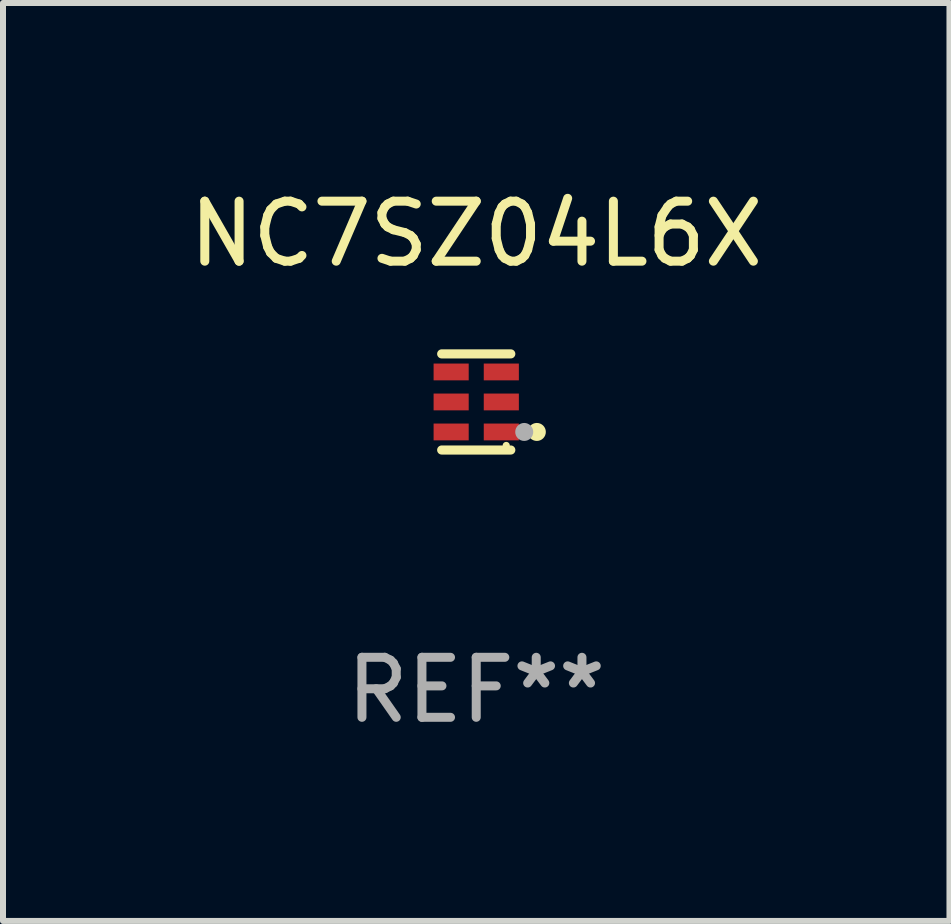
<source format=kicad_pcb>
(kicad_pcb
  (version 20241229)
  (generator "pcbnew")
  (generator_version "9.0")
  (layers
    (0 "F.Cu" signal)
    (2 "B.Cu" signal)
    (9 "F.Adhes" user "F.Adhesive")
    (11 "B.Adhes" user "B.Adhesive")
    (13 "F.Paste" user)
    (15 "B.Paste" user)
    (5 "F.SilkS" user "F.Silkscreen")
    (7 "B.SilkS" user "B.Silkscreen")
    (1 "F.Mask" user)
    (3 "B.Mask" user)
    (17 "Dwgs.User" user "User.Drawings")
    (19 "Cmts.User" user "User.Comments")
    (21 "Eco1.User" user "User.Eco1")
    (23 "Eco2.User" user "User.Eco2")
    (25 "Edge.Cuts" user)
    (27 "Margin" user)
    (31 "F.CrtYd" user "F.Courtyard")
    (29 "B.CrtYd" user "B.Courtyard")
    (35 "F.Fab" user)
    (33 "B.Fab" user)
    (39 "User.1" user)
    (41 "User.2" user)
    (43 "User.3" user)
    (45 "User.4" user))
  (footprint "NC7SZ04L6X"
    (layer "F.Cu")
    (at 4.887 3.649)
    (property "Reference" "NC7SZ04L6X" (at 0 -2.801 0) (layer "F.SilkS") (effects (font (size 1 1) (thickness 0.15))))
    (attr through_hole)
    (fp_line (start 0.576 -0.801) (end -0.576 -0.801) (stroke (width 0.152) (type solid)) (layer "F.SilkS"))
    (fp_line (start 0.576 0.801) (end -0.576 0.801) (stroke (width 0.152) (type solid)) (layer "F.SilkS"))
    (fp_circle (center 0.5 0.725) (end 0.53 0.725) (stroke (width 0.06) (type solid)) (fill no) (layer "F.SilkS"))
    (fp_circle (center 1.01 0.5) (end 1.085 0.5) (stroke (width 0.15) (type solid)) (fill no) (layer "F.SilkS"))
    (fp_circle (center 0.8 0.5) (end 0.875 0.5) (stroke (width 0.15) (type solid)) (fill no) (layer "F.Fab"))
    (fp_text user "REF**" (at 0 4.801 0) (layer "F.Fab") (effects (font (size 1 1) (thickness 0.15))))
    (pad "1" smd rect (at 0.418 0.5 90) (size 0.28 0.585) (layers "F.Cu" "F.Mask" "F.Paste"))
    (pad "2" smd rect (at 0.418 0 90) (size 0.28 0.585) (layers "F.Cu" "F.Mask" "F.Paste"))
    (pad "3" smd rect (at 0.418 -0.5 90) (size 0.28 0.585) (layers "F.Cu" "F.Mask" "F.Paste"))
    (pad "4" smd rect (at -0.418 -0.5 90) (size 0.28 0.585) (layers "F.Cu" "F.Mask" "F.Paste"))
    (pad "5" smd rect (at -0.418 0 90) (size 0.28 0.585) (layers "F.Cu" "F.Mask" "F.Paste"))
    (pad "6" smd rect (at -0.418 0.5 90) (size 0.28 0.585) (layers "F.Cu" "F.Mask" "F.Paste")))
  (gr_rect
    (start -3 -3)
    (end 12.774 12.299)
    (stroke (width 0.1) (type default))
    (fill no)
    (layer "Edge.Cuts")))
</source>
